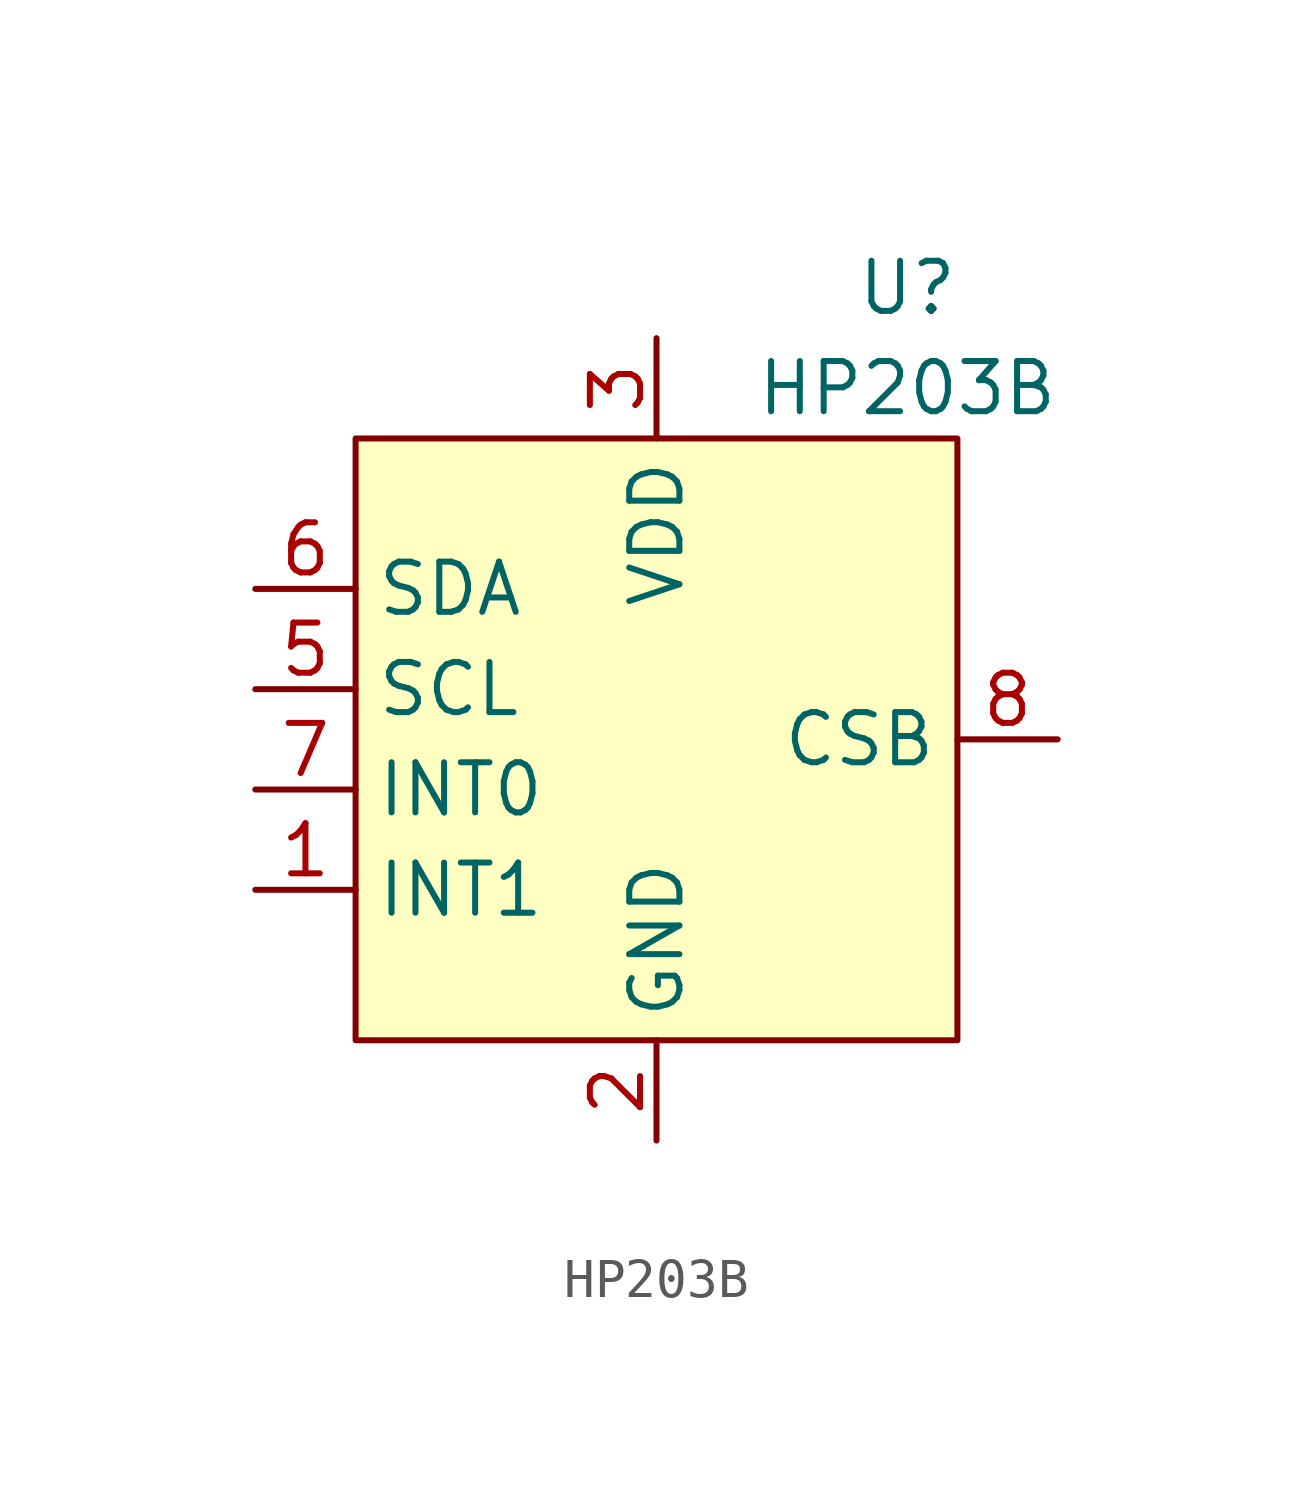
<source format=kicad_sym>
(kicad_symbol_lib
  (version 20211014)
  (generator kicad_symbol_editor)
  (symbol "HP203B"
    (property "Reference" "U"
      (at 6.35 11.43 0)
      (effects (font (size 1.27 1.27))))
    (property "Value" "HP203B"
      (at 6.35 8.89 0)
      (effects (font (size 1.27 1.27))))
    (symbol "HP203B_0_1"
      (rectangle (start -7.62 7.62) (end 7.62 -7.62) (stroke (width 0) (type default) (color 0 0 0 0)) (fill (type background))))
    (symbol "HP203B_1_1"
      (pin output line (at -10.16 -3.81 0) (length 2.54) (name "INT1" (effects (font (size 1.27 1.27)))) (number "1" (effects (font (size 1.27 1.27)))))
      (pin power_in line (at 0 -10.16 90) (length 2.54) (name "GND" (effects (font (size 1.27 1.27)))) (number "2" (effects (font (size 1.27 1.27)))))
      (pin power_in line (at 0 10.16 270) (length 2.54) (name "VDD" (effects (font (size 1.27 1.27)))) (number "3" (effects (font (size 1.27 1.27)))))
      (pin no_connect line (at 10.16 -5.08 180) (length 2.54) hide (name "NC" (effects (font (size 1.27 1.27)))) (number "4" (effects (font (size 1.27 1.27)))))
      (pin input line (at -10.16 1.27 0) (length 2.54) (name "SCL" (effects (font (size 1.27 1.27)))) (number "5" (effects (font (size 1.27 1.27)))))
      (pin bidirectional line (at -10.16 3.81 0) (length 2.54) (name "SDA" (effects (font (size 1.27 1.27)))) (number "6" (effects (font (size 1.27 1.27)))))
      (pin output line (at -10.16 -1.27 0) (length 2.54) (name "INT0" (effects (font (size 1.27 1.27)))) (number "7" (effects (font (size 1.27 1.27)))))
      (pin passive line (at 10.16 0 180) (length 2.54) (name "CSB" (effects (font (size 1.27 1.27)))) (number "8" (effects (font (size 1.27 1.27))))))))
</source>
